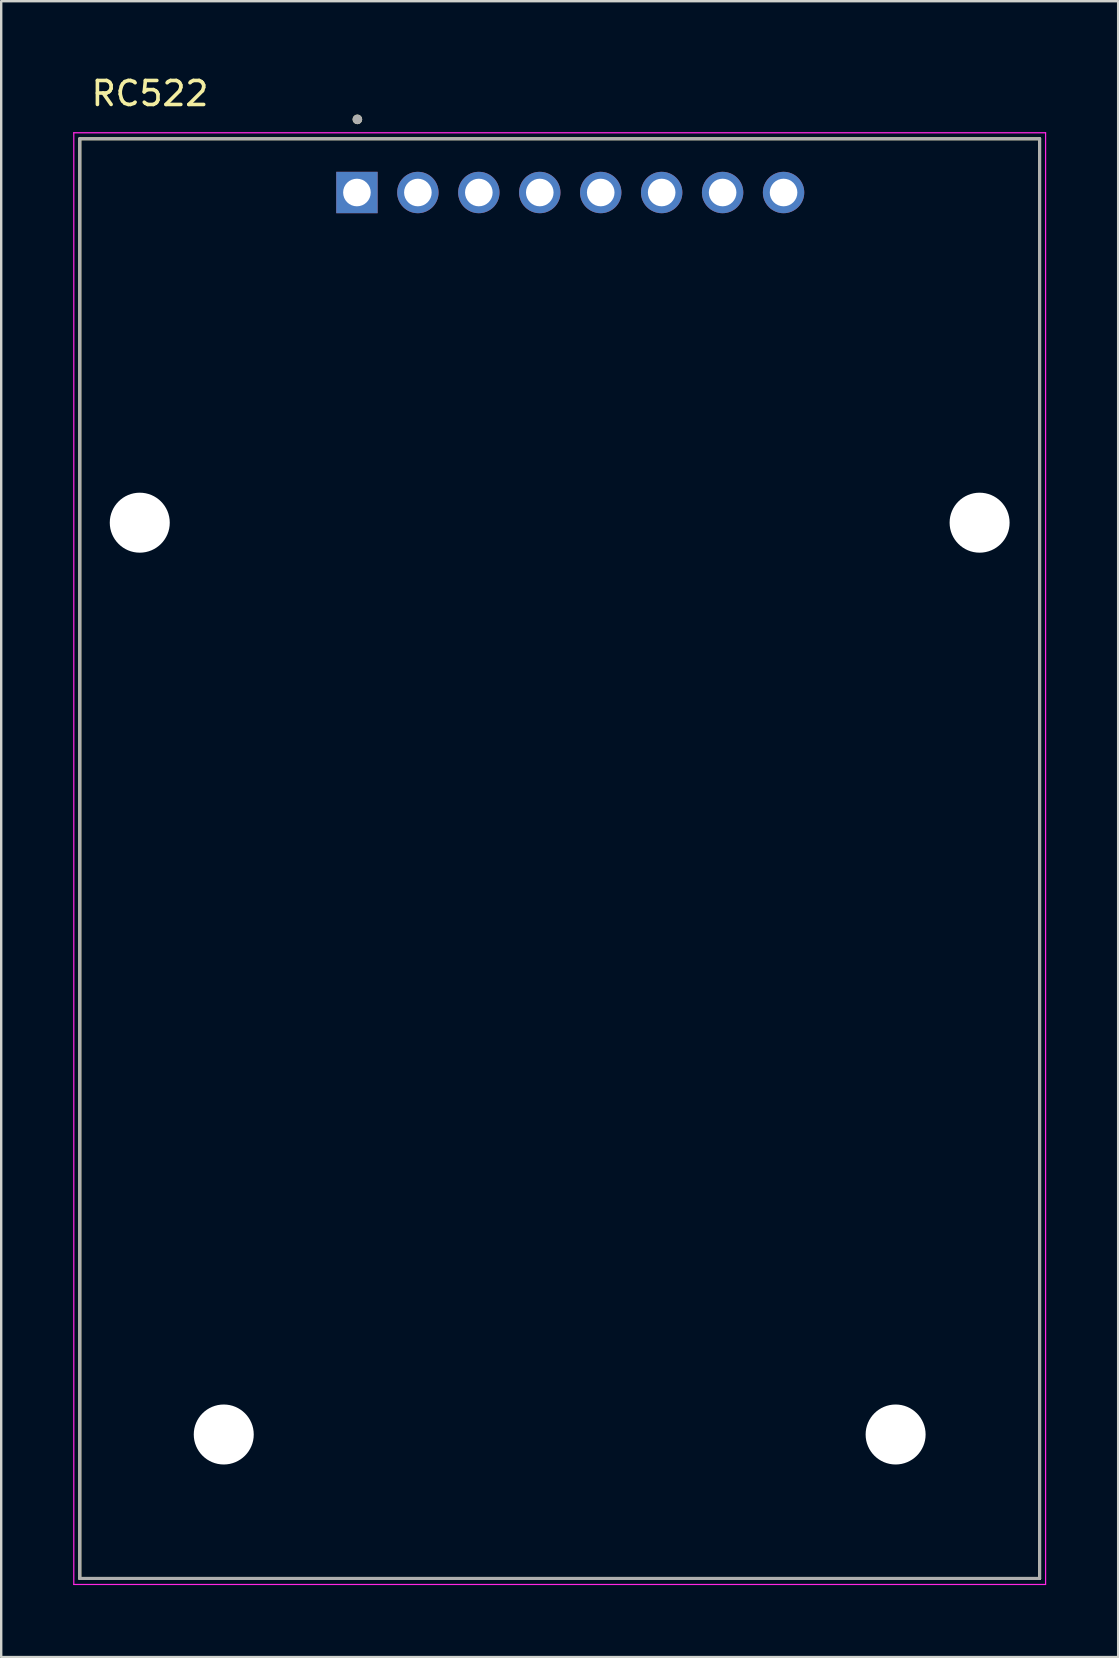
<source format=kicad_pcb>
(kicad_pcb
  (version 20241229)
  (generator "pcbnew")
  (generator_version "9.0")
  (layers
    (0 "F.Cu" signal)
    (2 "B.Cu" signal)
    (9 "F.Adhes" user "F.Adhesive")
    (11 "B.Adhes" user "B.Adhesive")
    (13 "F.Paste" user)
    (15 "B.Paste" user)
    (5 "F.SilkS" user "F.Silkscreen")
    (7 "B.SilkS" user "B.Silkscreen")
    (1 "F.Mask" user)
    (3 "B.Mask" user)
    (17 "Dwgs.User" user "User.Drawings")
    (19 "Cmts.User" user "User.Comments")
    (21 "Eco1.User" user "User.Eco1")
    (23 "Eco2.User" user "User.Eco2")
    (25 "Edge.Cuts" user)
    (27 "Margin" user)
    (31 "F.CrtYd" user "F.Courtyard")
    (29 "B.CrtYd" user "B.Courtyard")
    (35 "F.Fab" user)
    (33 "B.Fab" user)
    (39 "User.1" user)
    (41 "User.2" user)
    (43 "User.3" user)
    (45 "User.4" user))
  (footprint "RC522"
    (layer "F.Cu")
    (at 20.275 32.733)
    (property "Reference" "RC522" (at -17.075 -31.885 0) (layer "F.SilkS") (effects (font (size 1 1) (thickness 0.15))))
    (attr through_hole)
    (fp_line (start -20 -30) (end 20 -30) (stroke (width 0.127) (type solid)) (layer "F.SilkS"))
    (fp_line (start -20 30) (end -20 -30) (stroke (width 0.127) (type solid)) (layer "F.SilkS"))
    (fp_line (start 20 -30) (end 20 30) (stroke (width 0.127) (type solid)) (layer "F.SilkS"))
    (fp_line (start 20 30) (end -20 30) (stroke (width 0.127) (type solid)) (layer "F.SilkS"))
    (fp_circle (center -8.431 -30.808) (end -8.331 -30.808) (stroke (width 0.2) (type solid)) (fill no) (layer "F.SilkS"))
    (fp_line (start -20.25 -30.25) (end -20.25 30.25) (stroke (width 0.05) (type solid)) (layer "F.CrtYd"))
    (fp_line (start -20.25 30.25) (end 20.25 30.25) (stroke (width 0.05) (type solid)) (layer "F.CrtYd"))
    (fp_line (start 20.25 -30.25) (end -20.25 -30.25) (stroke (width 0.05) (type solid)) (layer "F.CrtYd"))
    (fp_line (start 20.25 30.25) (end 20.25 -30.25) (stroke (width 0.05) (type solid)) (layer "F.CrtYd"))
    (fp_line (start -20 -30) (end 20 -30) (stroke (width 0.127) (type solid)) (layer "F.Fab"))
    (fp_line (start -20 30) (end -20 -30) (stroke (width 0.127) (type solid)) (layer "F.Fab"))
    (fp_line (start 20 -30) (end 20 30) (stroke (width 0.127) (type solid)) (layer "F.Fab"))
    (fp_line (start 20 30) (end -20 30) (stroke (width 0.127) (type solid)) (layer "F.Fab"))
    (fp_circle (center -8.431 -30.808) (end -8.331 -30.808) (stroke (width 0.2) (type solid)) (fill no) (layer "F.Fab"))
    (pad "" np_thru_hole circle (at -17.5 -14) (size 2.5 2.5) (drill 2.5) (layers "*.Cu" "*.Mask"))
    (pad "" np_thru_hole circle (at -14 24) (size 2.5 2.5) (drill 2.5) (layers "*.Cu" "*.Mask"))
    (pad "" np_thru_hole circle (at 14 24) (size 2.5 2.5) (drill 2.5) (layers "*.Cu" "*.Mask"))
    (pad "" np_thru_hole circle (at 17.5 -14) (size 2.5 2.5) (drill 2.5) (layers "*.Cu" "*.Mask"))
    (pad "1" thru_hole rect (at -8.45 -27.76) (size 1.725 1.725) (drill 1.15) (layers "*.Cu" "*.Mask"))
    (pad "2" thru_hole circle (at -5.91 -27.76) (size 1.725 1.725) (drill 1.15) (layers "*.Cu" "*.Mask"))
    (pad "3" thru_hole circle (at -3.37 -27.76) (size 1.725 1.725) (drill 1.15) (layers "*.Cu" "*.Mask"))
    (pad "4" thru_hole circle (at -0.83 -27.76) (size 1.725 1.725) (drill 1.15) (layers "*.Cu" "*.Mask"))
    (pad "5" thru_hole circle (at 1.71 -27.76) (size 1.725 1.725) (drill 1.15) (layers "*.Cu" "*.Mask"))
    (pad "6" thru_hole circle (at 4.25 -27.76) (size 1.725 1.725) (drill 1.15) (layers "*.Cu" "*.Mask"))
    (pad "7" thru_hole circle (at 6.79 -27.76) (size 1.725 1.725) (drill 1.15) (layers "*.Cu" "*.Mask"))
    (pad "8" thru_hole circle (at 9.33 -27.76) (size 1.725 1.725) (drill 1.15) (layers "*.Cu" "*.Mask")))
  (gr_rect
    (start -3 -3)
    (end 43.55 66.008)
    (stroke (width 0.1) (type default))
    (fill no)
    (layer "Edge.Cuts")))
</source>
